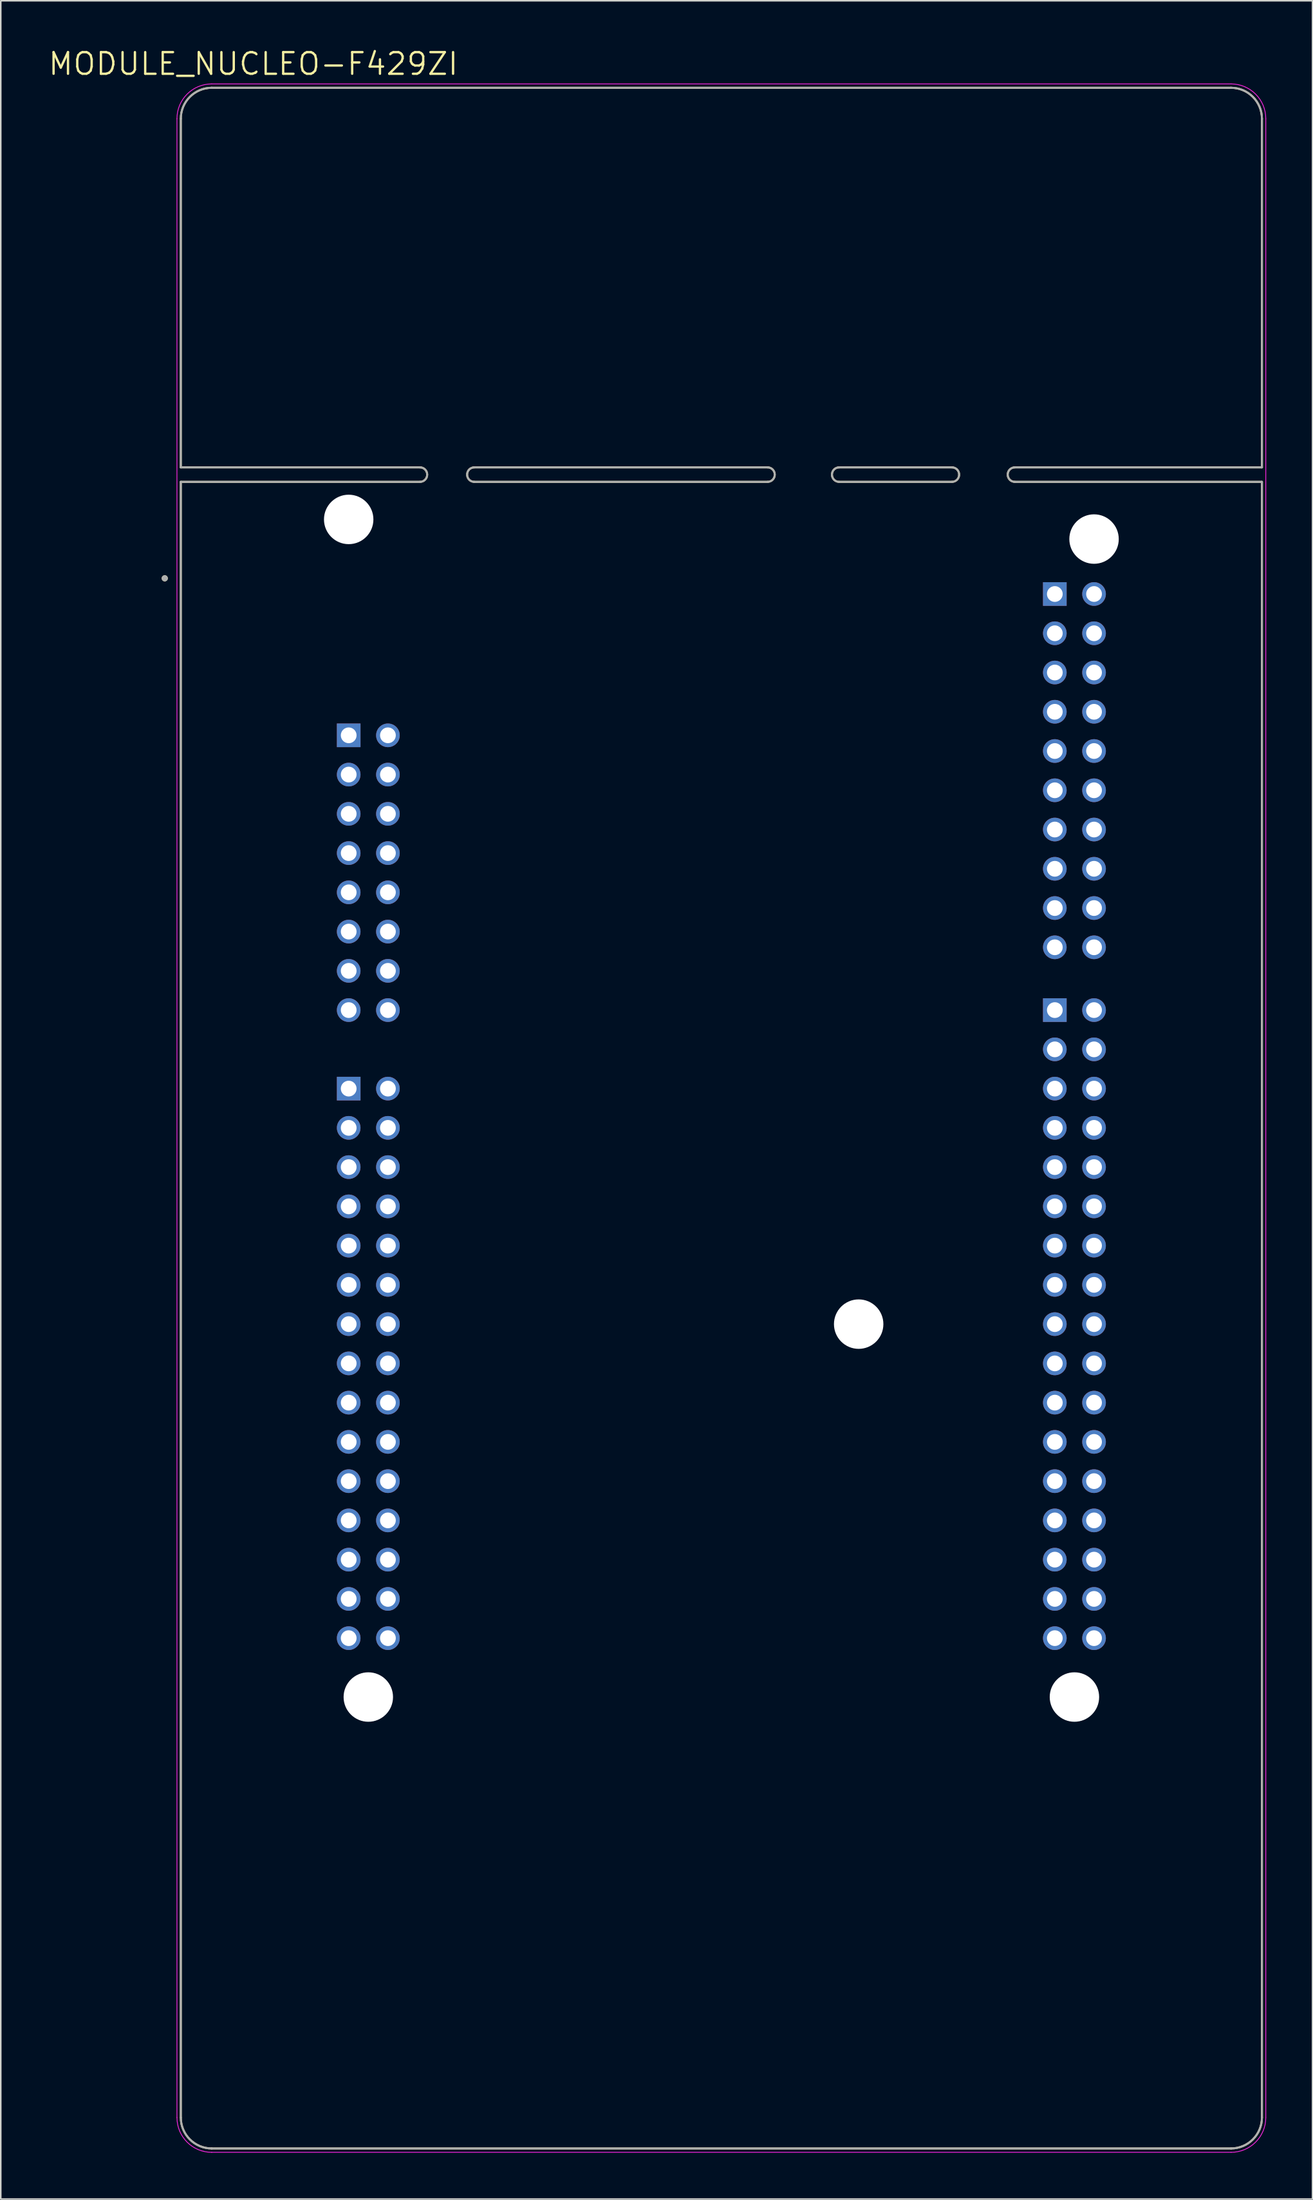
<source format=kicad_pcb>
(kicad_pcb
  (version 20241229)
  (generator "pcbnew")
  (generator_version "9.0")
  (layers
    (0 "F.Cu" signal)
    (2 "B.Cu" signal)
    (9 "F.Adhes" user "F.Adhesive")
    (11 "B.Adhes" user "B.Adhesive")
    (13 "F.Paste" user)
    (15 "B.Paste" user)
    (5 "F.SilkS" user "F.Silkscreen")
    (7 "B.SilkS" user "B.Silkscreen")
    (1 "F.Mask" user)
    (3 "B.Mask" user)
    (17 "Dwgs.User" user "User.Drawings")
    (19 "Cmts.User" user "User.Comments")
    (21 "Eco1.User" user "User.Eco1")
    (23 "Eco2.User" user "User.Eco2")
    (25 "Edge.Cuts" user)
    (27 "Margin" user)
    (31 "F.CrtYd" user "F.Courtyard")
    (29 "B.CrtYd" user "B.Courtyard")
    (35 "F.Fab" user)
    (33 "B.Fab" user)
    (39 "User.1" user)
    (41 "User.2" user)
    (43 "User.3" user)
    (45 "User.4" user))
  (footprint "MODULE_NUCLEO-F429ZI"
    (layer "F.Cu")
    (at 43.657 69.301)
    (property "Reference" "MODULE_NUCLEO-F429ZI" (at -30.305 -68.219 0) (layer "F.SilkS") (effects (font (size 1.4 1.4) (thickness 0.15))))
    (attr through_hole)
    (fp_line (start -35 -64.67) (end -35 -42.11) (stroke (width 0.127) (type solid)) (layer "F.SilkS"))
    (fp_line (start -35 -42.11) (end -19.507 -42.11) (stroke (width 0.127) (type solid)) (layer "F.SilkS"))
    (fp_line (start -35 -41.17) (end -35 64.67) (stroke (width 0.127) (type solid)) (layer "F.SilkS"))
    (fp_line (start -35 -41.17) (end -19.507 -41.17) (stroke (width 0.127) (type solid)) (layer "F.SilkS"))
    (fp_line (start -33 66.67) (end 33 66.67) (stroke (width 0.127) (type solid)) (layer "F.SilkS"))
    (fp_line (start -16.002 -42.11) (end 2.997 -42.11) (stroke (width 0.127) (type solid)) (layer "F.SilkS"))
    (fp_line (start -16.002 -41.17) (end 2.997 -41.17) (stroke (width 0.127) (type solid)) (layer "F.SilkS"))
    (fp_line (start 7.62 -42.11) (end 14.935 -42.11) (stroke (width 0.127) (type solid)) (layer "F.SilkS"))
    (fp_line (start 7.62 -41.17) (end 14.935 -41.17) (stroke (width 0.127) (type solid)) (layer "F.SilkS"))
    (fp_line (start 18.999 -42.11) (end 35 -42.11) (stroke (width 0.127) (type solid)) (layer "F.SilkS"))
    (fp_line (start 18.999 -41.17) (end 35 -41.17) (stroke (width 0.127) (type solid)) (layer "F.SilkS"))
    (fp_line (start 33 -66.67) (end -33 -66.67) (stroke (width 0.127) (type solid)) (layer "F.SilkS"))
    (fp_line (start 35 -42.11) (end 35 -64.67) (stroke (width 0.127) (type solid)) (layer "F.SilkS"))
    (fp_line (start 35 64.67) (end 35 -41.17) (stroke (width 0.127) (type solid)) (layer "F.SilkS"))
    (fp_arc (start -35 -64.67) (mid -34.414214 -66.084214) (end -33 -66.67) (stroke (width 0.127) (type solid)) (layer "F.SilkS"))
    (fp_arc (start -33 66.67) (mid -34.414214 66.084214) (end -35 64.67) (stroke (width 0.127) (type solid)) (layer "F.SilkS"))
    (fp_arc (start -19.507199 -42.11) (mid -19.044602 -41.64) (end -19.5072 -41.17) (stroke (width 0.127) (type solid)) (layer "F.SilkS"))
    (fp_arc (start -16.002001 -41.17) (mid -16.464598 -41.64) (end -16.002 -42.11) (stroke (width 0.127) (type solid)) (layer "F.SilkS"))
    (fp_arc (start 2.997201 -42.11) (mid 3.459798 -41.64) (end 2.9972 -41.17) (stroke (width 0.127) (type solid)) (layer "F.SilkS"))
    (fp_arc (start 7.619999 -41.17) (mid 7.157402 -41.64) (end 7.62 -42.11) (stroke (width 0.127) (type solid)) (layer "F.SilkS"))
    (fp_arc (start 14.935201 -42.11) (mid 15.397798 -41.64) (end 14.9352 -41.17) (stroke (width 0.127) (type solid)) (layer "F.SilkS"))
    (fp_arc (start 18.999199 -41.17) (mid 18.536602 -41.64) (end 18.9992 -42.11) (stroke (width 0.127) (type solid)) (layer "F.SilkS"))
    (fp_arc (start 33 -66.67) (mid 34.414214 -66.084214) (end 35 -64.67) (stroke (width 0.127) (type solid)) (layer "F.SilkS"))
    (fp_arc (start 35 64.67) (mid 34.414214 66.084214) (end 33 66.67) (stroke (width 0.127) (type solid)) (layer "F.SilkS"))
    (fp_circle (center -36.04 -34.93) (end -35.94 -34.93) (stroke (width 0.2) (type solid)) (fill no) (layer "F.SilkS"))
    (fp_line (start -35.25 -64.67) (end -35.25 64.67) (stroke (width 0.05) (type solid)) (layer "F.CrtYd"))
    (fp_line (start -33 66.92) (end 33 66.92) (stroke (width 0.05) (type solid)) (layer "F.CrtYd"))
    (fp_line (start 33 -66.92) (end -33 -66.92) (stroke (width 0.05) (type solid)) (layer "F.CrtYd"))
    (fp_line (start 35.25 64.67) (end 35.25 -64.67) (stroke (width 0.05) (type solid)) (layer "F.CrtYd"))
    (fp_arc (start -35.25 -64.67) (mid -34.59099 -66.26099) (end -33 -66.92) (stroke (width 0.05) (type solid)) (layer "F.CrtYd"))
    (fp_arc (start -33 66.92) (mid -34.59099 66.26099) (end -35.25 64.67) (stroke (width 0.05) (type solid)) (layer "F.CrtYd"))
    (fp_arc (start 33 -66.92) (mid 34.59099 -66.26099) (end 35.25 -64.67) (stroke (width 0.05) (type solid)) (layer "F.CrtYd"))
    (fp_arc (start 35.25 64.67) (mid 34.59099 66.26099) (end 33 66.92) (stroke (width 0.05) (type solid)) (layer "F.CrtYd"))
    (fp_line (start -35 -64.67) (end -35 -42.11) (stroke (width 0.127) (type solid)) (layer "F.Fab"))
    (fp_line (start -35 -42.11) (end -19.507 -42.11) (stroke (width 0.127) (type solid)) (layer "F.Fab"))
    (fp_line (start -35 -41.17) (end -35 64.67) (stroke (width 0.127) (type solid)) (layer "F.Fab"))
    (fp_line (start -35 -41.17) (end -19.507 -41.17) (stroke (width 0.127) (type solid)) (layer "F.Fab"))
    (fp_line (start -33 66.67) (end 33 66.67) (stroke (width 0.127) (type solid)) (layer "F.Fab"))
    (fp_line (start -16.002 -42.11) (end 2.997 -42.11) (stroke (width 0.127) (type solid)) (layer "F.Fab"))
    (fp_line (start -16.002 -41.17) (end 2.997 -41.17) (stroke (width 0.127) (type solid)) (layer "F.Fab"))
    (fp_line (start 7.62 -42.11) (end 14.935 -42.11) (stroke (width 0.127) (type solid)) (layer "F.Fab"))
    (fp_line (start 7.62 -41.17) (end 14.935 -41.17) (stroke (width 0.127) (type solid)) (layer "F.Fab"))
    (fp_line (start 18.999 -42.11) (end 35 -42.11) (stroke (width 0.127) (type solid)) (layer "F.Fab"))
    (fp_line (start 18.999 -41.17) (end 35 -41.17) (stroke (width 0.127) (type solid)) (layer "F.Fab"))
    (fp_line (start 33 -66.67) (end -33 -66.67) (stroke (width 0.127) (type solid)) (layer "F.Fab"))
    (fp_line (start 35 -42.11) (end 35 -64.67) (stroke (width 0.127) (type solid)) (layer "F.Fab"))
    (fp_line (start 35 64.67) (end 35 -41.17) (stroke (width 0.127) (type solid)) (layer "F.Fab"))
    (fp_arc (start -35 -64.67) (mid -34.414214 -66.084214) (end -33 -66.67) (stroke (width 0.127) (type solid)) (layer "F.Fab"))
    (fp_arc (start -33 66.67) (mid -34.414214 66.084214) (end -35 64.67) (stroke (width 0.127) (type solid)) (layer "F.Fab"))
    (fp_arc (start -19.507199 -42.11) (mid -19.044602 -41.64) (end -19.5072 -41.17) (stroke (width 0.127) (type solid)) (layer "F.Fab"))
    (fp_arc (start -16.002001 -41.17) (mid -16.464598 -41.64) (end -16.002 -42.11) (stroke (width 0.127) (type solid)) (layer "F.Fab"))
    (fp_arc (start 2.997201 -42.11) (mid 3.459798 -41.64) (end 2.9972 -41.17) (stroke (width 0.127) (type solid)) (layer "F.Fab"))
    (fp_arc (start 7.619999 -41.17) (mid 7.157402 -41.64) (end 7.62 -42.11) (stroke (width 0.127) (type solid)) (layer "F.Fab"))
    (fp_arc (start 14.935201 -42.11) (mid 15.397798 -41.64) (end 14.9352 -41.17) (stroke (width 0.127) (type solid)) (layer "F.Fab"))
    (fp_arc (start 18.999199 -41.17) (mid 18.536602 -41.64) (end 18.9992 -42.11) (stroke (width 0.127) (type solid)) (layer "F.Fab"))
    (fp_arc (start 33 -66.67) (mid 34.414214 -66.084214) (end 35 -64.67) (stroke (width 0.127) (type solid)) (layer "F.Fab"))
    (fp_arc (start 35 64.67) (mid 34.414214 66.084214) (end 33 66.67) (stroke (width 0.127) (type solid)) (layer "F.Fab"))
    (fp_circle (center -36.04 -34.93) (end -35.94 -34.93) (stroke (width 0.2) (type solid)) (fill no) (layer "F.Fab"))
    (pad "" np_thru_hole circle (at -24.13 -38.74) (size 3.2 3.2) (drill 3.2) (layers "*.Cu" "*.Mask"))
    (pad "" np_thru_hole circle (at -22.86 37.46) (size 3.2 3.2) (drill 3.2) (layers "*.Cu" "*.Mask"))
    (pad "" np_thru_hole circle (at 8.89 13.33) (size 3.2 3.2) (drill 3.2) (layers "*.Cu" "*.Mask"))
    (pad "" np_thru_hole circle (at 22.86 37.46) (size 3.2 3.2) (drill 3.2) (layers "*.Cu" "*.Mask"))
    (pad "" np_thru_hole circle (at 24.13 -37.47) (size 3.2 3.2) (drill 3.2) (layers "*.Cu" "*.Mask"))
    (pad "CN7_1" thru_hole rect (at 21.59 -33.914) (size 1.53 1.53) (drill 1.02) (layers "*.Cu" "*.Mask"))
    (pad "CN7_2" thru_hole circle (at 24.13 -33.914) (size 1.53 1.53) (drill 1.02) (layers "*.Cu" "*.Mask"))
    (pad "CN7_3" thru_hole circle (at 21.59 -31.374) (size 1.53 1.53) (drill 1.02) (layers "*.Cu" "*.Mask"))
    (pad "CN7_4" thru_hole circle (at 24.13 -31.374) (size 1.53 1.53) (drill 1.02) (layers "*.Cu" "*.Mask"))
    (pad "CN7_5" thru_hole circle (at 21.59 -28.834) (size 1.53 1.53) (drill 1.02) (layers "*.Cu" "*.Mask"))
    (pad "CN7_6" thru_hole circle (at 24.13 -28.834) (size 1.53 1.53) (drill 1.02) (layers "*.Cu" "*.Mask"))
    (pad "CN7_7" thru_hole circle (at 21.59 -26.294) (size 1.53 1.53) (drill 1.02) (layers "*.Cu" "*.Mask"))
    (pad "CN7_8" thru_hole circle (at 24.13 -26.294) (size 1.53 1.53) (drill 1.02) (layers "*.Cu" "*.Mask"))
    (pad "CN7_9" thru_hole circle (at 21.59 -23.754) (size 1.53 1.53) (drill 1.02) (layers "*.Cu" "*.Mask"))
    (pad "CN7_10" thru_hole circle (at 24.13 -23.754) (size 1.53 1.53) (drill 1.02) (layers "*.Cu" "*.Mask"))
    (pad "CN7_11" thru_hole circle (at 21.59 -21.214) (size 1.53 1.53) (drill 1.02) (layers "*.Cu" "*.Mask"))
    (pad "CN7_12" thru_hole circle (at 24.13 -21.214) (size 1.53 1.53) (drill 1.02) (layers "*.Cu" "*.Mask"))
    (pad "CN7_13" thru_hole circle (at 21.59 -18.674) (size 1.53 1.53) (drill 1.02) (layers "*.Cu" "*.Mask"))
    (pad "CN7_14" thru_hole circle (at 24.13 -18.674) (size 1.53 1.53) (drill 1.02) (layers "*.Cu" "*.Mask"))
    (pad "CN7_15" thru_hole circle (at 21.59 -16.134) (size 1.53 1.53) (drill 1.02) (layers "*.Cu" "*.Mask"))
    (pad "CN7_16" thru_hole circle (at 24.13 -16.134) (size 1.53 1.53) (drill 1.02) (layers "*.Cu" "*.Mask"))
    (pad "CN7_17" thru_hole circle (at 21.59 -13.594) (size 1.53 1.53) (drill 1.02) (layers "*.Cu" "*.Mask"))
    (pad "CN7_18" thru_hole circle (at 24.13 -13.594) (size 1.53 1.53) (drill 1.02) (layers "*.Cu" "*.Mask"))
    (pad "CN7_19" thru_hole circle (at 21.59 -11.054) (size 1.53 1.53) (drill 1.02) (layers "*.Cu" "*.Mask"))
    (pad "CN7_20" thru_hole circle (at 24.13 -11.054) (size 1.53 1.53) (drill 1.02) (layers "*.Cu" "*.Mask"))
    (pad "CN8_1" thru_hole rect (at -24.13 -24.77) (size 1.53 1.53) (drill 1.02) (layers "*.Cu" "*.Mask"))
    (pad "CN8_2" thru_hole circle (at -21.59 -24.77) (size 1.53 1.53) (drill 1.02) (layers "*.Cu" "*.Mask"))
    (pad "CN8_3" thru_hole circle (at -24.13 -22.23) (size 1.53 1.53) (drill 1.02) (layers "*.Cu" "*.Mask"))
    (pad "CN8_4" thru_hole circle (at -21.59 -22.23) (size 1.53 1.53) (drill 1.02) (layers "*.Cu" "*.Mask"))
    (pad "CN8_5" thru_hole circle (at -24.13 -19.69) (size 1.53 1.53) (drill 1.02) (layers "*.Cu" "*.Mask"))
    (pad "CN8_6" thru_hole circle (at -21.59 -19.69) (size 1.53 1.53) (drill 1.02) (layers "*.Cu" "*.Mask"))
    (pad "CN8_7" thru_hole circle (at -24.13 -17.15) (size 1.53 1.53) (drill 1.02) (layers "*.Cu" "*.Mask"))
    (pad "CN8_8" thru_hole circle (at -21.59 -17.15) (size 1.53 1.53) (drill 1.02) (layers "*.Cu" "*.Mask"))
    (pad "CN8_9" thru_hole circle (at -24.13 -14.61) (size 1.53 1.53) (drill 1.02) (layers "*.Cu" "*.Mask"))
    (pad "CN8_10" thru_hole circle (at -21.59 -14.61) (size 1.53 1.53) (drill 1.02) (layers "*.Cu" "*.Mask"))
    (pad "CN8_11" thru_hole circle (at -24.13 -12.07) (size 1.53 1.53) (drill 1.02) (layers "*.Cu" "*.Mask"))
    (pad "CN8_12" thru_hole circle (at -21.59 -12.07) (size 1.53 1.53) (drill 1.02) (layers "*.Cu" "*.Mask"))
    (pad "CN8_13" thru_hole circle (at -24.13 -9.53) (size 1.53 1.53) (drill 1.02) (layers "*.Cu" "*.Mask"))
    (pad "CN8_14" thru_hole circle (at -21.59 -9.53) (size 1.53 1.53) (drill 1.02) (layers "*.Cu" "*.Mask"))
    (pad "CN8_15" thru_hole circle (at -24.13 -6.99) (size 1.53 1.53) (drill 1.02) (layers "*.Cu" "*.Mask"))
    (pad "CN8_16" thru_hole circle (at -21.59 -6.99) (size 1.53 1.53) (drill 1.02) (layers "*.Cu" "*.Mask"))
    (pad "CN9_1" thru_hole rect (at -24.13 -1.91) (size 1.53 1.53) (drill 1.02) (layers "*.Cu" "*.Mask"))
    (pad "CN9_2" thru_hole circle (at -21.59 -1.91) (size 1.53 1.53) (drill 1.02) (layers "*.Cu" "*.Mask"))
    (pad "CN9_3" thru_hole circle (at -24.13 0.63) (size 1.53 1.53) (drill 1.02) (layers "*.Cu" "*.Mask"))
    (pad "CN9_4" thru_hole circle (at -21.59 0.63) (size 1.53 1.53) (drill 1.02) (layers "*.Cu" "*.Mask"))
    (pad "CN9_5" thru_hole circle (at -24.13 3.17) (size 1.53 1.53) (drill 1.02) (layers "*.Cu" "*.Mask"))
    (pad "CN9_6" thru_hole circle (at -21.59 3.17) (size 1.53 1.53) (drill 1.02) (layers "*.Cu" "*.Mask"))
    (pad "CN9_7" thru_hole circle (at -24.13 5.71) (size 1.53 1.53) (drill 1.02) (layers "*.Cu" "*.Mask"))
    (pad "CN9_8" thru_hole circle (at -21.59 5.71) (size 1.53 1.53) (drill 1.02) (layers "*.Cu" "*.Mask"))
    (pad "CN9_9" thru_hole circle (at -24.13 8.25) (size 1.53 1.53) (drill 1.02) (layers "*.Cu" "*.Mask"))
    (pad "CN9_10" thru_hole circle (at -21.59 8.25) (size 1.53 1.53) (drill 1.02) (layers "*.Cu" "*.Mask"))
    (pad "CN9_11" thru_hole circle (at -24.13 10.79) (size 1.53 1.53) (drill 1.02) (layers "*.Cu" "*.Mask"))
    (pad "CN9_12" thru_hole circle (at -21.59 10.79) (size 1.53 1.53) (drill 1.02) (layers "*.Cu" "*.Mask"))
    (pad "CN9_13" thru_hole circle (at -24.13 13.33) (size 1.53 1.53) (drill 1.02) (layers "*.Cu" "*.Mask"))
    (pad "CN9_14" thru_hole circle (at -21.59 13.33) (size 1.53 1.53) (drill 1.02) (layers "*.Cu" "*.Mask"))
    (pad "CN9_15" thru_hole circle (at -24.13 15.87) (size 1.53 1.53) (drill 1.02) (layers "*.Cu" "*.Mask"))
    (pad "CN9_16" thru_hole circle (at -21.59 15.87) (size 1.53 1.53) (drill 1.02) (layers "*.Cu" "*.Mask"))
    (pad "CN9_17" thru_hole circle (at -24.13 18.41) (size 1.53 1.53) (drill 1.02) (layers "*.Cu" "*.Mask"))
    (pad "CN9_18" thru_hole circle (at -21.59 18.41) (size 1.53 1.53) (drill 1.02) (layers "*.Cu" "*.Mask"))
    (pad "CN9_19" thru_hole circle (at -24.13 20.95) (size 1.53 1.53) (drill 1.02) (layers "*.Cu" "*.Mask"))
    (pad "CN9_20" thru_hole circle (at -21.59 20.95) (size 1.53 1.53) (drill 1.02) (layers "*.Cu" "*.Mask"))
    (pad "CN9_21" thru_hole circle (at -24.13 23.49) (size 1.53 1.53) (drill 1.02) (layers "*.Cu" "*.Mask"))
    (pad "CN9_22" thru_hole circle (at -21.59 23.49) (size 1.53 1.53) (drill 1.02) (layers "*.Cu" "*.Mask"))
    (pad "CN9_23" thru_hole circle (at -24.13 26.03) (size 1.53 1.53) (drill 1.02) (layers "*.Cu" "*.Mask"))
    (pad "CN9_24" thru_hole circle (at -21.59 26.03) (size 1.53 1.53) (drill 1.02) (layers "*.Cu" "*.Mask"))
    (pad "CN9_25" thru_hole circle (at -24.13 28.57) (size 1.53 1.53) (drill 1.02) (layers "*.Cu" "*.Mask"))
    (pad "CN9_26" thru_hole circle (at -21.59 28.57) (size 1.53 1.53) (drill 1.02) (layers "*.Cu" "*.Mask"))
    (pad "CN9_27" thru_hole circle (at -24.13 31.11) (size 1.53 1.53) (drill 1.02) (layers "*.Cu" "*.Mask"))
    (pad "CN9_28" thru_hole circle (at -21.59 31.11) (size 1.53 1.53) (drill 1.02) (layers "*.Cu" "*.Mask"))
    (pad "CN9_29" thru_hole circle (at -24.13 33.65) (size 1.53 1.53) (drill 1.02) (layers "*.Cu" "*.Mask"))
    (pad "CN9_30" thru_hole circle (at -21.59 33.65) (size 1.53 1.53) (drill 1.02) (layers "*.Cu" "*.Mask"))
    (pad "CN10_1" thru_hole rect (at 21.59 -6.99) (size 1.53 1.53) (drill 1.02) (layers "*.Cu" "*.Mask"))
    (pad "CN10_2" thru_hole circle (at 24.13 -6.99) (size 1.53 1.53) (drill 1.02) (layers "*.Cu" "*.Mask"))
    (pad "CN10_3" thru_hole circle (at 21.59 -4.45) (size 1.53 1.53) (drill 1.02) (layers "*.Cu" "*.Mask"))
    (pad "CN10_4" thru_hole circle (at 24.13 -4.45) (size 1.53 1.53) (drill 1.02) (layers "*.Cu" "*.Mask"))
    (pad "CN10_5" thru_hole circle (at 21.59 -1.91) (size 1.53 1.53) (drill 1.02) (layers "*.Cu" "*.Mask"))
    (pad "CN10_6" thru_hole circle (at 24.13 -1.91) (size 1.53 1.53) (drill 1.02) (layers "*.Cu" "*.Mask"))
    (pad "CN10_7" thru_hole circle (at 21.59 0.63) (size 1.53 1.53) (drill 1.02) (layers "*.Cu" "*.Mask"))
    (pad "CN10_8" thru_hole circle (at 24.13 0.63) (size 1.53 1.53) (drill 1.02) (layers "*.Cu" "*.Mask"))
    (pad "CN10_9" thru_hole circle (at 21.59 3.17) (size 1.53 1.53) (drill 1.02) (layers "*.Cu" "*.Mask"))
    (pad "CN10_10" thru_hole circle (at 24.13 3.17) (size 1.53 1.53) (drill 1.02) (layers "*.Cu" "*.Mask"))
    (pad "CN10_11" thru_hole circle (at 21.59 5.71) (size 1.53 1.53) (drill 1.02) (layers "*.Cu" "*.Mask"))
    (pad "CN10_12" thru_hole circle (at 24.13 5.71) (size 1.53 1.53) (drill 1.02) (layers "*.Cu" "*.Mask"))
    (pad "CN10_13" thru_hole circle (at 21.59 8.25) (size 1.53 1.53) (drill 1.02) (layers "*.Cu" "*.Mask"))
    (pad "CN10_14" thru_hole circle (at 24.13 8.25) (size 1.53 1.53) (drill 1.02) (layers "*.Cu" "*.Mask"))
    (pad "CN10_15" thru_hole circle (at 21.59 10.79) (size 1.53 1.53) (drill 1.02) (layers "*.Cu" "*.Mask"))
    (pad "CN10_16" thru_hole circle (at 24.13 10.79) (size 1.53 1.53) (drill 1.02) (layers "*.Cu" "*.Mask"))
    (pad "CN10_17" thru_hole circle (at 21.59 13.33) (size 1.53 1.53) (drill 1.02) (layers "*.Cu" "*.Mask"))
    (pad "CN10_18" thru_hole circle (at 24.13 13.33) (size 1.53 1.53) (drill 1.02) (layers "*.Cu" "*.Mask"))
    (pad "CN10_19" thru_hole circle (at 21.59 15.87) (size 1.53 1.53) (drill 1.02) (layers "*.Cu" "*.Mask"))
    (pad "CN10_20" thru_hole circle (at 24.13 15.87) (size 1.53 1.53) (drill 1.02) (layers "*.Cu" "*.Mask"))
    (pad "CN10_21" thru_hole circle (at 21.59 18.41) (size 1.53 1.53) (drill 1.02) (layers "*.Cu" "*.Mask"))
    (pad "CN10_22" thru_hole circle (at 24.13 18.41) (size 1.53 1.53) (drill 1.02) (layers "*.Cu" "*.Mask"))
    (pad "CN10_23" thru_hole circle (at 21.59 20.95) (size 1.53 1.53) (drill 1.02) (layers "*.Cu" "*.Mask"))
    (pad "CN10_24" thru_hole circle (at 24.13 20.95) (size 1.53 1.53) (drill 1.02) (layers "*.Cu" "*.Mask"))
    (pad "CN10_25" thru_hole circle (at 21.59 23.49) (size 1.53 1.53) (drill 1.02) (layers "*.Cu" "*.Mask"))
    (pad "CN10_26" thru_hole circle (at 24.13 23.49) (size 1.53 1.53) (drill 1.02) (layers "*.Cu" "*.Mask"))
    (pad "CN10_27" thru_hole circle (at 21.59 26.03) (size 1.53 1.53) (drill 1.02) (layers "*.Cu" "*.Mask"))
    (pad "CN10_28" thru_hole circle (at 24.13 26.03) (size 1.53 1.53) (drill 1.02) (layers "*.Cu" "*.Mask"))
    (pad "CN10_29" thru_hole circle (at 21.59 28.57) (size 1.53 1.53) (drill 1.02) (layers "*.Cu" "*.Mask"))
    (pad "CN10_30" thru_hole circle (at 24.13 28.57) (size 1.53 1.53) (drill 1.02) (layers "*.Cu" "*.Mask"))
    (pad "CN10_31" thru_hole circle (at 21.59 31.11) (size 1.53 1.53) (drill 1.02) (layers "*.Cu" "*.Mask"))
    (pad "CN10_32" thru_hole circle (at 24.13 31.11) (size 1.53 1.53) (drill 1.02) (layers "*.Cu" "*.Mask"))
    (pad "CN10_33" thru_hole circle (at 21.59 33.65) (size 1.53 1.53) (drill 1.02) (layers "*.Cu" "*.Mask"))
    (pad "CN10_34" thru_hole circle (at 24.13 33.65) (size 1.53 1.53) (drill 1.02) (layers "*.Cu" "*.Mask")))
  (gr_rect
    (start -3 -3)
    (end 81.932 139.246)
    (stroke (width 0.1) (type default))
    (fill no)
    (layer "Edge.Cuts")))
</source>
